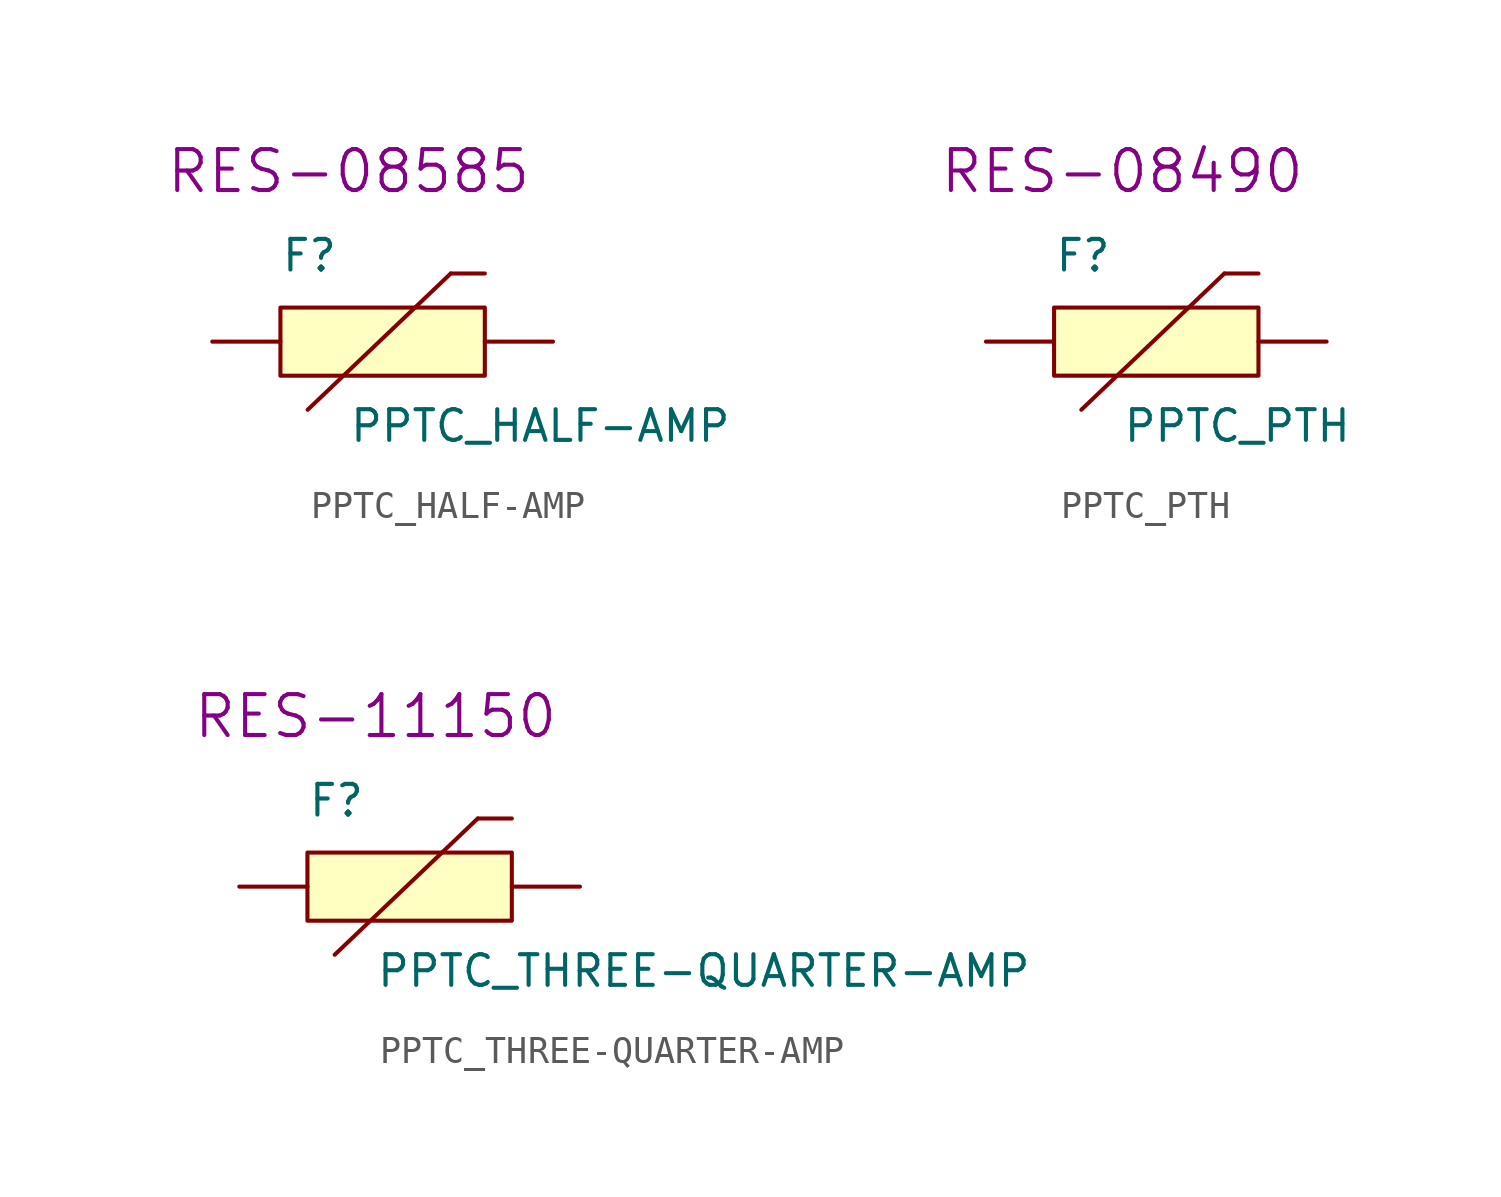
<source format=kicad_sym>
(kicad_symbol_lib
  (version 20201005)
  (generator kicad_symbol_editor)
  (symbol "PPTC_HALF-AMP"
    (pin_numbers hide)
    (pin_names
      (offset 1.016) hide)
    (property "Reference" "F"
      (at -2.54 2.54 0)
      (effects (font (size 1.143 1.143)) (justify left bottom)))
    (property "Value" "PPTC_HALF-AMP"
      (at 0 -3.81 0)
      (effects (font (size 1.143 1.143)) (justify left bottom)))
    (property "Field4" "RES-08585"
      (at 0 6.35 0)
      (effects (font (size 1.524 1.524))))
    (property "ki_locked" ""
      (at 0 0 0)
      (effects (font (size 1.27 1.27))))
    (symbol "PPTC_HALF-AMP_1_0"
      (polyline (pts (xy -1.524 -2.54) (xy 3.81 2.54)) (stroke (width 0)) (fill (type none)))
      (polyline (pts (xy 3.81 2.54) (xy 5.08 2.54)) (stroke (width 0)) (fill (type none))))
    (symbol "PPTC_HALF-AMP_1_1"
      (polyline (pts (xy 5.08 1.27) (xy 5.08 -1.27) (xy -2.54 -1.27) (xy -2.54 1.27) (xy 5.08 1.27)) (stroke (width 0)) (fill (type background)))
      (pin bidirectional line (at -5.08 0 0) (length 2.54) (name "1" (effects (font (size 1.016 1.016)))) (number "1" (effects (font (size 1.016 1.016)))))
      (pin bidirectional line (at 7.62 0 180) (length 2.54) (name "2" (effects (font (size 1.016 1.016)))) (number "2" (effects (font (size 1.016 1.016)))))))
  (symbol "PPTC_PTH"
    (pin_numbers hide)
    (pin_names
      (offset 1.016) hide)
    (property "Reference" "F"
      (at -2.54 2.54 0)
      (effects (font (size 1.143 1.143)) (justify left bottom)))
    (property "Value" "PPTC_PTH"
      (at 0 -3.81 0)
      (effects (font (size 1.143 1.143)) (justify left bottom)))
    (property "Field4" "RES-08490"
      (at 0 6.35 0)
      (effects (font (size 1.524 1.524))))
    (property "ki_locked" ""
      (at 0 0 0)
      (effects (font (size 1.27 1.27))))
    (symbol "PPTC_PTH_1_0"
      (polyline (pts (xy -1.524 -2.54) (xy 3.81 2.54)) (stroke (width 0)) (fill (type none)))
      (polyline (pts (xy 3.81 2.54) (xy 5.08 2.54)) (stroke (width 0)) (fill (type none))))
    (symbol "PPTC_PTH_1_1"
      (polyline (pts (xy 5.08 1.27) (xy 5.08 -1.27) (xy -2.54 -1.27) (xy -2.54 1.27) (xy 5.08 1.27)) (stroke (width 0)) (fill (type background)))
      (pin bidirectional line (at -5.08 0 0) (length 2.54) (name "1" (effects (font (size 1.016 1.016)))) (number "P$1" (effects (font (size 1.016 1.016)))))
      (pin bidirectional line (at 7.62 0 180) (length 2.54) (name "2" (effects (font (size 1.016 1.016)))) (number "P$2" (effects (font (size 1.016 1.016)))))))
  (symbol "PPTC_THREE-QUARTER-AMP"
    (pin_numbers hide)
    (pin_names
      (offset 1.016) hide)
    (property "Reference" "F"
      (at -2.54 2.54 0)
      (effects (font (size 1.143 1.143)) (justify left bottom)))
    (property "Value" "PPTC_THREE-QUARTER-AMP"
      (at 0 -3.81 0)
      (effects (font (size 1.143 1.143)) (justify left bottom)))
    (property "Field4" "RES-11150"
      (at 0 6.35 0)
      (effects (font (size 1.524 1.524))))
    (property "ki_locked" ""
      (at 0 0 0)
      (effects (font (size 1.27 1.27))))
    (symbol "PPTC_THREE-QUARTER-AMP_1_0"
      (polyline (pts (xy -1.524 -2.54) (xy 3.81 2.54)) (stroke (width 0)) (fill (type none)))
      (polyline (pts (xy 3.81 2.54) (xy 5.08 2.54)) (stroke (width 0)) (fill (type none))))
    (symbol "PPTC_THREE-QUARTER-AMP_1_1"
      (polyline (pts (xy 5.08 1.27) (xy 5.08 -1.27) (xy -2.54 -1.27) (xy -2.54 1.27) (xy 5.08 1.27)) (stroke (width 0)) (fill (type background)))
      (pin bidirectional line (at -5.08 0 0) (length 2.54) (name "1" (effects (font (size 1.016 1.016)))) (number "1" (effects (font (size 1.016 1.016)))))
      (pin bidirectional line (at 7.62 0 180) (length 2.54) (name "2" (effects (font (size 1.016 1.016)))) (number "2" (effects (font (size 1.016 1.016))))))))
</source>
